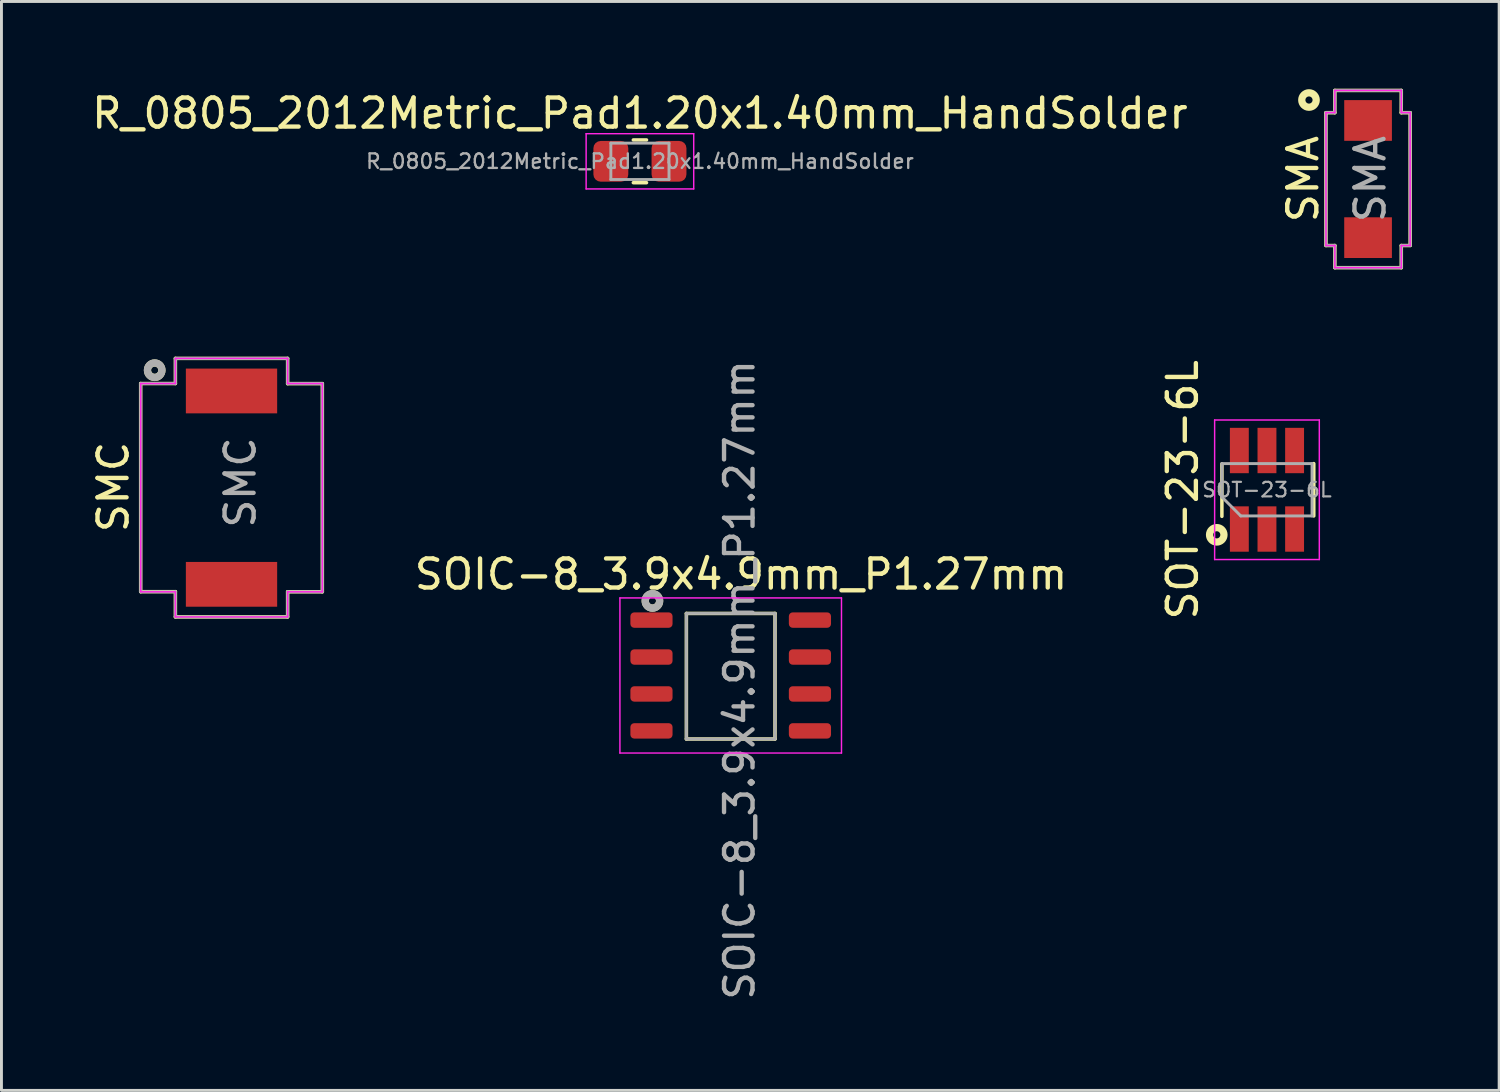
<source format=kicad_pcb>
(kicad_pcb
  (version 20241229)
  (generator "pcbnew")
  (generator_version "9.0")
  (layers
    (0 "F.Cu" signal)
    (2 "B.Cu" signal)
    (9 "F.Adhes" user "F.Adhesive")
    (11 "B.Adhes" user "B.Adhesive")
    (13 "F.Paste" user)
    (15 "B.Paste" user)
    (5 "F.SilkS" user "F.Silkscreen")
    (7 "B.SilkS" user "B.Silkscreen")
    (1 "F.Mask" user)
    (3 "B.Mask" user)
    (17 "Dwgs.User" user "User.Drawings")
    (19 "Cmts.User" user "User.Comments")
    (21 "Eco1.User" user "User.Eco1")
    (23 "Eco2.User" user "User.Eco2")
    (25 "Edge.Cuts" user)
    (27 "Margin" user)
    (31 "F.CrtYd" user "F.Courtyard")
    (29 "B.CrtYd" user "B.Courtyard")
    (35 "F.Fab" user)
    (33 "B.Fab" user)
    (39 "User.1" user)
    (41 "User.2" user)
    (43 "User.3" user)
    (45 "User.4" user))
  (footprint "R_0805_2012Metric_Pad1.20x1.40mm_HandSolder"
    (layer "F.Cu")
    (at 18.958 2.498)
    (property "Reference" "R_0805_2012Metric_Pad1.20x1.40mm_HandSolder" (at 0 -1.65 0) (layer "F.SilkS") (effects (font (size 1 1) (thickness 0.15))))
    (attr smd)
    (fp_line (start -0.227 -0.735) (end 0.227 -0.735) (stroke (width 0.12) (type solid)) (layer "F.SilkS"))
    (fp_line (start -0.227 0.735) (end 0.227 0.735) (stroke (width 0.12) (type solid)) (layer "F.SilkS"))
    (fp_line (start -1.85 -0.95) (end 1.85 -0.95) (stroke (width 0.05) (type solid)) (layer "F.CrtYd"))
    (fp_line (start -1.85 0.95) (end -1.85 -0.95) (stroke (width 0.05) (type solid)) (layer "F.CrtYd"))
    (fp_line (start 1.85 -0.95) (end 1.85 0.95) (stroke (width 0.05) (type solid)) (layer "F.CrtYd"))
    (fp_line (start 1.85 0.95) (end -1.85 0.95) (stroke (width 0.05) (type solid)) (layer "F.CrtYd"))
    (fp_line (start -1 -0.625) (end 1 -0.625) (stroke (width 0.1) (type solid)) (layer "F.Fab"))
    (fp_line (start -1 0.625) (end -1 -0.625) (stroke (width 0.1) (type solid)) (layer "F.Fab"))
    (fp_line (start 1 -0.625) (end 1 0.625) (stroke (width 0.1) (type solid)) (layer "F.Fab"))
    (fp_line (start 1 0.625) (end -1 0.625) (stroke (width 0.1) (type solid)) (layer "F.Fab"))
    (fp_text user "${REFERENCE}" (at 0 0 0) (layer "F.Fab") (effects (font (size 0.5 0.5) (thickness 0.08))))
    (pad "1" smd roundrect (at -1 0) (size 1.2 1.4) (layers "F.Cu" "F.Mask" "F.Paste") (roundrect_rratio 0.208))
    (pad "2" smd roundrect (at 1 0) (size 1.2 1.4) (layers "F.Cu" "F.Mask" "F.Paste") (roundrect_rratio 0.208)))
  (footprint "SOIC-8_3.9x4.9mm_P1.27mm"
    (layer "F.Cu")
    (at 22.08 22.086)
    (property "Reference" "SOIC-8_3.9x4.9mm_P1.27mm" (at 0.356 -5.385 0) (layer "F.SilkS") (effects (font (size 1 1) (thickness 0.15))))
    (attr smd)
    (fp_line (start -1.524 -4.039) (end 1.524 -4.039) (stroke (width 0.12) (type solid)) (layer "F.SilkS"))
    (fp_line (start -1.524 0.279) (end -1.524 -4.039) (stroke (width 0.12) (type solid)) (layer "F.SilkS"))
    (fp_line (start 1.524 -4.039) (end 1.524 0.279) (stroke (width 0.12) (type solid)) (layer "F.SilkS"))
    (fp_line (start 1.524 0.279) (end -1.524 0.279) (stroke (width 0.12) (type solid)) (layer "F.SilkS"))
    (fp_circle (center -2.692 -4.47) (end -2.569 -4.47) (stroke (width 0.25) (type solid)) (fill no) (layer "F.SilkS"))
    (fp_line (start -3.81 -4.572) (end -3.81 0.762) (stroke (width 0.05) (type solid)) (layer "F.CrtYd"))
    (fp_line (start -3.81 0.762) (end 3.81 0.762) (stroke (width 0.05) (type solid)) (layer "F.CrtYd"))
    (fp_line (start 3.81 -4.572) (end -3.81 -4.572) (stroke (width 0.05) (type solid)) (layer "F.CrtYd"))
    (fp_line (start 3.81 0.762) (end 3.81 -4.572) (stroke (width 0.05) (type solid)) (layer "F.CrtYd"))
    (fp_line (start -1.524 -4.039) (end -1.524 0.279) (stroke (width 0.1) (type solid)) (layer "F.Fab"))
    (fp_line (start -1.524 0.279) (end 1.524 0.279) (stroke (width 0.1) (type solid)) (layer "F.Fab"))
    (fp_line (start 1.524 -4.039) (end -1.524 -4.039) (stroke (width 0.1) (type solid)) (layer "F.Fab"))
    (fp_line (start 1.524 0.279) (end 1.524 -4.039) (stroke (width 0.1) (type solid)) (layer "F.Fab"))
    (fp_circle (center -2.692 -4.47) (end -2.569 -4.47) (stroke (width 0.25) (type solid)) (fill no) (layer "F.Fab"))
    (fp_text user "${REFERENCE}" (at 0.305 -1.753 90) (layer "F.Fab") (effects (font (size 0.98 0.98) (thickness 0.15))))
    (pad "1" smd roundrect (at -2.725 -3.81) (size 1.45 0.53) (layers "F.Cu" "F.Mask" "F.Paste") (roundrect_rratio 0.25))
    (pad "2" smd roundrect (at -2.725 -2.54) (size 1.45 0.53) (layers "F.Cu" "F.Mask" "F.Paste") (roundrect_rratio 0.25))
    (pad "3" smd roundrect (at -2.725 -1.27) (size 1.45 0.53) (layers "F.Cu" "F.Mask" "F.Paste") (roundrect_rratio 0.25))
    (pad "4" smd roundrect (at -2.725 0) (size 1.45 0.53) (layers "F.Cu" "F.Mask" "F.Paste") (roundrect_rratio 0.25))
    (pad "5" smd roundrect (at 2.725 0) (size 1.45 0.53) (layers "F.Cu" "F.Mask" "F.Paste") (roundrect_rratio 0.25))
    (pad "6" smd roundrect (at 2.725 -1.27) (size 1.45 0.53) (layers "F.Cu" "F.Mask" "F.Paste") (roundrect_rratio 0.25))
    (pad "7" smd roundrect (at 2.725 -2.54) (size 1.45 0.53) (layers "F.Cu" "F.Mask" "F.Paste") (roundrect_rratio 0.25))
    (pad "8" smd roundrect (at 2.725 -3.81) (size 1.45 0.53) (layers "F.Cu" "F.Mask" "F.Paste") (roundrect_rratio 0.25)))
  (footprint "SMC"
    (layer "F.Cu")
    (at 4.912 13.721)
    (property "Reference" "SMC" (at -4.064 -0.025 90) (layer "F.SilkS") (effects (font (size 1 1) (thickness 0.15))))
    (attr through_hole)
    (fp_line (start -3.124 -3.581) (end -3.124 3.577) (stroke (width 0.12) (type solid)) (layer "F.SilkS"))
    (fp_line (start -3.124 -3.581) (end -1.93 -3.581) (stroke (width 0.12) (type solid)) (layer "F.SilkS"))
    (fp_line (start -3.124 3.577) (end -1.93 3.577) (stroke (width 0.12) (type solid)) (layer "F.SilkS"))
    (fp_line (start -1.93 -4.445) (end -1.93 -3.581) (stroke (width 0.12) (type solid)) (layer "F.SilkS"))
    (fp_line (start -1.93 -4.445) (end 1.93 -4.445) (stroke (width 0.12) (type solid)) (layer "F.SilkS"))
    (fp_line (start -1.93 3.577) (end -1.93 4.445) (stroke (width 0.12) (type solid)) (layer "F.SilkS"))
    (fp_line (start 1.93 -4.445) (end 1.93 -3.577) (stroke (width 0.12) (type solid)) (layer "F.SilkS"))
    (fp_line (start 1.93 -3.577) (end 3.124 -3.577) (stroke (width 0.12) (type solid)) (layer "F.SilkS"))
    (fp_line (start 1.93 3.581) (end 3.124 3.581) (stroke (width 0.12) (type solid)) (layer "F.SilkS"))
    (fp_line (start 1.93 4.445) (end -1.93 4.445) (stroke (width 0.12) (type solid)) (layer "F.SilkS"))
    (fp_line (start 1.93 4.445) (end 1.93 3.581) (stroke (width 0.12) (type solid)) (layer "F.SilkS"))
    (fp_line (start 3.124 -3.577) (end 3.124 3.581) (stroke (width 0.12) (type solid)) (layer "F.SilkS"))
    (fp_circle (center -2.642 -4.039) (end -2.519 -4.039) (stroke (width 0.25) (type solid)) (fill no) (layer "F.SilkS"))
    (fp_line (start -3.124 -3.581) (end -3.124 3.581) (stroke (width 0.05) (type solid)) (layer "F.CrtYd"))
    (fp_line (start -3.124 3.581) (end -1.93 3.581) (stroke (width 0.05) (type solid)) (layer "F.CrtYd"))
    (fp_line (start -1.93 -4.445) (end -1.93 -3.581) (stroke (width 0.05) (type solid)) (layer "F.CrtYd"))
    (fp_line (start -1.93 -3.581) (end -3.124 -3.581) (stroke (width 0.05) (type solid)) (layer "F.CrtYd"))
    (fp_line (start -1.93 3.581) (end -1.93 4.445) (stroke (width 0.05) (type solid)) (layer "F.CrtYd"))
    (fp_line (start -1.93 4.445) (end 1.93 4.445) (stroke (width 0.05) (type solid)) (layer "F.CrtYd"))
    (fp_line (start 1.93 -4.445) (end -1.93 -4.445) (stroke (width 0.05) (type solid)) (layer "F.CrtYd"))
    (fp_line (start 1.93 -3.581) (end 1.93 -4.445) (stroke (width 0.05) (type solid)) (layer "F.CrtYd"))
    (fp_line (start 1.93 3.581) (end 3.124 3.581) (stroke (width 0.05) (type solid)) (layer "F.CrtYd"))
    (fp_line (start 1.93 4.445) (end 1.93 3.581) (stroke (width 0.05) (type solid)) (layer "F.CrtYd"))
    (fp_line (start 3.124 -3.581) (end 1.93 -3.581) (stroke (width 0.05) (type solid)) (layer "F.CrtYd"))
    (fp_line (start 3.124 3.581) (end 3.124 -3.581) (stroke (width 0.05) (type solid)) (layer "F.CrtYd"))
    (fp_line (start -3.124 -3.581) (end -3.124 3.581) (stroke (width 0.1) (type solid)) (layer "F.Fab"))
    (fp_line (start -3.124 3.581) (end -1.93 3.581) (stroke (width 0.1) (type solid)) (layer "F.Fab"))
    (fp_line (start -1.93 -4.445) (end -1.93 -3.581) (stroke (width 0.1) (type solid)) (layer "F.Fab"))
    (fp_line (start -1.93 -3.581) (end -3.124 -3.581) (stroke (width 0.1) (type solid)) (layer "F.Fab"))
    (fp_line (start -1.93 3.581) (end -1.93 4.445) (stroke (width 0.1) (type solid)) (layer "F.Fab"))
    (fp_line (start -1.93 4.445) (end 1.93 4.445) (stroke (width 0.1) (type solid)) (layer "F.Fab"))
    (fp_line (start 1.93 -4.445) (end -1.93 -4.445) (stroke (width 0.1) (type solid)) (layer "F.Fab"))
    (fp_line (start 1.93 -3.581) (end 1.93 -4.445) (stroke (width 0.1) (type solid)) (layer "F.Fab"))
    (fp_line (start 1.93 3.581) (end 3.124 3.581) (stroke (width 0.1) (type solid)) (layer "F.Fab"))
    (fp_line (start 1.93 4.445) (end 1.93 3.581) (stroke (width 0.1) (type solid)) (layer "F.Fab"))
    (fp_line (start 3.124 -3.581) (end 1.93 -3.581) (stroke (width 0.1) (type solid)) (layer "F.Fab"))
    (fp_line (start 3.124 3.581) (end 3.124 -3.581) (stroke (width 0.1) (type solid)) (layer "F.Fab"))
    (fp_circle (center -2.642 -4.039) (end -2.518 -4.039) (stroke (width 0.25) (type solid)) (fill no) (layer "F.Fab"))
    (fp_text user "${REFERENCE}" (at 0.305 -0.178 90) (layer "F.Fab") (effects (font (size 1 1) (thickness 0.15))))
    (pad "1" smd rect (at 0 -3.325) (size 3.14 1.54) (layers "F.Cu" "F.Mask" "F.Paste"))
    (pad "2" smd rect (at 0 3.325) (size 3.14 1.54) (layers "F.Cu" "F.Mask" "F.Paste")))
  (footprint "SMA"
    (layer "F.Cu")
    (at 44 3.108)
    (property "Reference" "SMA" (at -2.235 0 90) (layer "F.SilkS") (effects (font (size 1 1) (thickness 0.15))))
    (attr through_hole)
    (fp_line (start -1.45 -2.282) (end -1.448 2.286) (stroke (width 0.12) (type solid)) (layer "F.SilkS"))
    (fp_line (start -1.45 -2.282) (end -1.143 -2.282) (stroke (width 0.12) (type solid)) (layer "F.SilkS"))
    (fp_line (start -1.143 -2.282) (end -1.143 -3.048) (stroke (width 0.12) (type solid)) (layer "F.SilkS"))
    (fp_line (start -1.143 2.286) (end -1.448 2.286) (stroke (width 0.12) (type solid)) (layer "F.SilkS"))
    (fp_line (start -1.143 3.048) (end -1.143 2.286) (stroke (width 0.12) (type solid)) (layer "F.SilkS"))
    (fp_line (start -1.143 3.048) (end 1.143 3.048) (stroke (width 0.12) (type solid)) (layer "F.SilkS"))
    (fp_line (start 1.141 -3.048) (end -1.143 -3.048) (stroke (width 0.12) (type solid)) (layer "F.SilkS"))
    (fp_line (start 1.141 -2.282) (end 1.143 -3.048) (stroke (width 0.12) (type solid)) (layer "F.SilkS"))
    (fp_line (start 1.141 -2.282) (end 1.448 -2.282) (stroke (width 0.12) (type solid)) (layer "F.SilkS"))
    (fp_line (start 1.143 2.286) (end 1.448 2.286) (stroke (width 0.12) (type solid)) (layer "F.SilkS"))
    (fp_line (start 1.143 3.048) (end 1.143 2.286) (stroke (width 0.12) (type solid)) (layer "F.SilkS"))
    (fp_line (start 1.448 -2.282) (end 1.448 2.282) (stroke (width 0.12) (type solid)) (layer "F.SilkS"))
    (fp_circle (center -2.032 -2.718) (end -1.909 -2.718) (stroke (width 0.25) (type solid)) (fill no) (layer "F.SilkS"))
    (fp_line (start -1.448 -2.286) (end -1.448 2.286) (stroke (width 0.05) (type solid)) (layer "F.CrtYd"))
    (fp_line (start -1.143 -3.048) (end -1.143 -2.286) (stroke (width 0.05) (type solid)) (layer "F.CrtYd"))
    (fp_line (start -1.143 -2.286) (end -1.448 -2.286) (stroke (width 0.05) (type solid)) (layer "F.CrtYd"))
    (fp_line (start -1.143 2.286) (end -1.448 2.286) (stroke (width 0.05) (type solid)) (layer "F.CrtYd"))
    (fp_line (start -1.143 3.048) (end -1.143 2.286) (stroke (width 0.05) (type solid)) (layer "F.CrtYd"))
    (fp_line (start 1.143 -3.048) (end -1.143 -3.048) (stroke (width 0.05) (type solid)) (layer "F.CrtYd"))
    (fp_line (start 1.143 -2.286) (end 1.143 -3.048) (stroke (width 0.05) (type solid)) (layer "F.CrtYd"))
    (fp_line (start 1.143 2.286) (end 1.143 3.048) (stroke (width 0.05) (type solid)) (layer "F.CrtYd"))
    (fp_line (start 1.143 3.048) (end -1.143 3.048) (stroke (width 0.05) (type solid)) (layer "F.CrtYd"))
    (fp_line (start 1.448 -2.286) (end 1.143 -2.286) (stroke (width 0.05) (type solid)) (layer "F.CrtYd"))
    (fp_line (start 1.448 2.286) (end 1.143 2.286) (stroke (width 0.05) (type solid)) (layer "F.CrtYd"))
    (fp_line (start 1.448 2.286) (end 1.448 -2.286) (stroke (width 0.05) (type solid)) (layer "F.CrtYd"))
    (fp_line (start -1.448 -2.286) (end -1.448 2.286) (stroke (width 0.1) (type solid)) (layer "F.Fab"))
    (fp_line (start -1.143 -3.048) (end -1.143 -2.286) (stroke (width 0.1) (type solid)) (layer "F.Fab"))
    (fp_line (start -1.143 -2.286) (end -1.448 -2.286) (stroke (width 0.1) (type solid)) (layer "F.Fab"))
    (fp_line (start -1.143 2.286) (end -1.448 2.286) (stroke (width 0.1) (type solid)) (layer "F.Fab"))
    (fp_line (start -1.143 3.048) (end -1.143 2.286) (stroke (width 0.1) (type solid)) (layer "F.Fab"))
    (fp_line (start 1.143 -3.048) (end -1.143 -3.048) (stroke (width 0.1) (type solid)) (layer "F.Fab"))
    (fp_line (start 1.143 -2.286) (end 1.143 -3.048) (stroke (width 0.1) (type solid)) (layer "F.Fab"))
    (fp_line (start 1.143 2.286) (end 1.143 3.048) (stroke (width 0.1) (type solid)) (layer "F.Fab"))
    (fp_line (start 1.143 3.048) (end -1.143 3.048) (stroke (width 0.1) (type solid)) (layer "F.Fab"))
    (fp_line (start 1.448 -2.286) (end 1.143 -2.286) (stroke (width 0.1) (type solid)) (layer "F.Fab"))
    (fp_line (start 1.448 2.286) (end 1.143 2.286) (stroke (width 0.1) (type solid)) (layer "F.Fab"))
    (fp_line (start 1.448 2.286) (end 1.448 -2.286) (stroke (width 0.1) (type solid)) (layer "F.Fab"))
    (fp_text user "${REFERENCE}" (at 0.076 0 90) (layer "F.Fab") (effects (font (size 1 1) (thickness 0.15))))
    (pad "1" smd rect (at 0 -2.015) (size 1.64 1.4) (layers "F.Cu" "F.Mask" "F.Paste"))
    (pad "2" smd rect (at 0 2.015) (size 1.64 1.4) (layers "F.Cu" "F.Mask" "F.Paste")))
  (footprint "SOT-23-6L"
    (layer "F.Cu")
    (at 40.472 13.997)
    (property "Reference" "SOT-23-6L" (at -2.849 -0.203 90) (layer "F.SilkS") (effects (font (size 1 1) (thickness 0.15))))
    (attr smd)
    (fp_line (start -1.499 -1.092) (end -1.499 0.711) (stroke (width 0.12) (type solid)) (layer "F.SilkS"))
    (fp_line (start 1.661 0.697) (end 1.661 -1.103) (stroke (width 0.12) (type solid)) (layer "F.SilkS"))
    (fp_circle (center -1.676 1.346) (end -1.553 1.346) (stroke (width 0.25) (type solid)) (fill no) (layer "F.SilkS"))
    (fp_line (start -1.749 -2.603) (end 1.851 -2.603) (stroke (width 0.05) (type solid)) (layer "F.CrtYd"))
    (fp_line (start -1.749 2.197) (end -1.749 -2.603) (stroke (width 0.05) (type solid)) (layer "F.CrtYd"))
    (fp_line (start 1.851 -2.603) (end 1.851 2.197) (stroke (width 0.05) (type solid)) (layer "F.CrtYd"))
    (fp_line (start 1.851 2.197) (end -1.749 2.197) (stroke (width 0.05) (type solid)) (layer "F.CrtYd"))
    (fp_line (start -1.499 -1.103) (end -1.499 0.047) (stroke (width 0.1) (type solid)) (layer "F.Fab"))
    (fp_line (start -1.499 -1.103) (end 1.601 -1.103) (stroke (width 0.1) (type solid)) (layer "F.Fab"))
    (fp_line (start -0.849 0.697) (end -1.499 0.047) (stroke (width 0.1) (type solid)) (layer "F.Fab"))
    (fp_line (start -0.849 0.697) (end 1.601 0.697) (stroke (width 0.1) (type solid)) (layer "F.Fab"))
    (fp_line (start 1.601 -1.103) (end 1.601 0.697) (stroke (width 0.1) (type solid)) (layer "F.Fab"))
    (fp_text user "${REFERENCE}" (at 0.051 -0.203 180) (layer "F.Fab") (effects (font (size 0.5 0.5) (thickness 0.075))))
    (pad "1" smd rect (at -0.899 1.147 90) (size 1.56 0.65) (layers "F.Cu" "F.Mask" "F.Paste"))
    (pad "2" smd rect (at 0.051 1.147 90) (size 1.56 0.65) (layers "F.Cu" "F.Mask" "F.Paste"))
    (pad "3" smd rect (at 1.001 1.147 90) (size 1.56 0.65) (layers "F.Cu" "F.Mask" "F.Paste"))
    (pad "4" smd rect (at 1.001 -1.553 90) (size 1.56 0.65) (layers "F.Cu" "F.Mask" "F.Paste"))
    (pad "5" smd rect (at 0.051 -1.553 90) (size 1.56 0.65) (layers "F.Cu" "F.Mask" "F.Paste"))
    (pad "6" smd rect (at -0.899 -1.553 90) (size 1.56 0.65) (layers "F.Cu" "F.Mask" "F.Paste")))
  (gr_rect
    (start -3 -3)
    (end 48.508 34.45)
    (stroke (width 0.1) (type default))
    (fill no)
    (layer "Edge.Cuts")))
</source>
